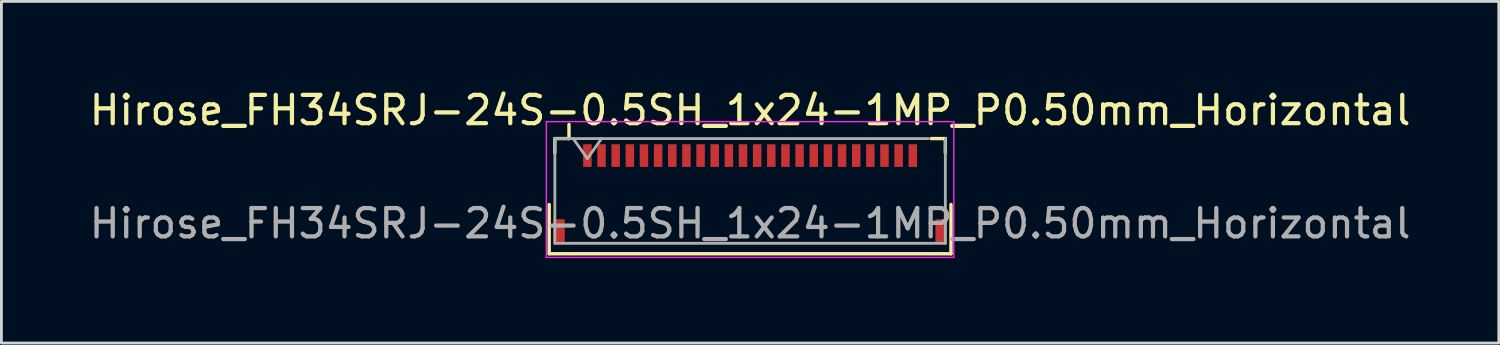
<source format=kicad_pcb>
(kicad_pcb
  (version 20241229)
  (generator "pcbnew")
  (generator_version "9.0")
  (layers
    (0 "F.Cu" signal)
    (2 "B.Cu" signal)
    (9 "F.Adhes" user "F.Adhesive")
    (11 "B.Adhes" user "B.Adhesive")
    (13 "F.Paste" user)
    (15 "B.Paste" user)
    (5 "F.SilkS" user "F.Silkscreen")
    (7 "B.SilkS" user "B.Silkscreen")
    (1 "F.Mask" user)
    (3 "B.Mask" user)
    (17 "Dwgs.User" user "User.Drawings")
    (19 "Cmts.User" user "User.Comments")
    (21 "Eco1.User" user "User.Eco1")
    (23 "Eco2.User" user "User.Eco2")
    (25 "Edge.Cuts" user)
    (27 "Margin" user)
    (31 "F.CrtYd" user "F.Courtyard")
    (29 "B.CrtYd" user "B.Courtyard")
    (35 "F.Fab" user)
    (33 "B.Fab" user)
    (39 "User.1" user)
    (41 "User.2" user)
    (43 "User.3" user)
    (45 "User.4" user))
  (footprint "Hirose_FH34SRJ-24S-0.5SH_1x24-1MP_P0.50mm_Horizontal"
    (layer "F.Cu")
    (at 23.458 2.848)
    (property "Reference" "Hirose_FH34SRJ-24S-0.5SH_1x24-1MP_P0.50mm_Horizontal" (at 0 -2 0) (layer "F.SilkS") (effects (font (size 1 1) (thickness 0.15))))
    (attr smd)
    (fp_line (start -7.1 3.07) (end -7.1 1.33) (stroke (width 0.12) (type solid)) (layer "F.SilkS"))
    (fp_line (start -6.9 -1) (end -6.9 -0.5) (stroke (width 0.12) (type solid)) (layer "F.SilkS"))
    (fp_line (start -6.4 -1) (end -6.9 -1) (stroke (width 0.12) (type solid)) (layer "F.SilkS"))
    (fp_line (start -6.4 -1) (end -6.4 -1.5) (stroke (width 0.12) (type solid)) (layer "F.SilkS"))
    (fp_line (start 6.4 -1) (end 6.9 -1) (stroke (width 0.12) (type solid)) (layer "F.SilkS"))
    (fp_line (start 6.9 -1) (end 6.9 -0.5) (stroke (width 0.12) (type solid)) (layer "F.SilkS"))
    (fp_line (start 7.1 1.33) (end 7.1 3.07) (stroke (width 0.12) (type solid)) (layer "F.SilkS"))
    (fp_line (start 7.1 3.07) (end -7.1 3.07) (stroke (width 0.12) (type solid)) (layer "F.SilkS"))
    (fp_line (start -7.2 3.2) (end -7.2 -1.6) (stroke (width 0.05) (type solid)) (layer "F.CrtYd"))
    (fp_line (start 7.2 -1.6) (end -7.2 -1.6) (stroke (width 0.05) (type solid)) (layer "F.CrtYd"))
    (fp_line (start 7.2 -1.6) (end 7.2 3.2) (stroke (width 0.05) (type solid)) (layer "F.CrtYd"))
    (fp_line (start 7.2 3.2) (end -7.2 3.2) (stroke (width 0.05) (type solid)) (layer "F.CrtYd"))
    (fp_line (start -6.9 -1) (end -6.9 2.7) (stroke (width 0.1) (type solid)) (layer "F.Fab"))
    (fp_line (start -6.25 -1) (end -5.75 -0.293) (stroke (width 0.1) (type solid)) (layer "F.Fab"))
    (fp_line (start -5.75 -0.293) (end -5.25 -1) (stroke (width 0.1) (type solid)) (layer "F.Fab"))
    (fp_line (start 0 -1) (end -6.9 -1) (stroke (width 0.1) (type solid)) (layer "F.Fab"))
    (fp_line (start 0 -1) (end 6.3 -1) (stroke (width 0.1) (type solid)) (layer "F.Fab"))
    (fp_line (start 6.9 -1) (end 6.9 2.7) (stroke (width 0.1) (type solid)) (layer "F.Fab"))
    (fp_line (start 6.9 2.7) (end -6.9 2.7) (stroke (width 0.1) (type default)) (layer "F.Fab"))
    (fp_text user "${REFERENCE}" (at 0 2 0) (layer "F.Fab") (effects (font (size 1 1) (thickness 0.15))))
    (pad "1" smd rect (at -5.75 -0.4) (size 0.3 0.8) (layers "F.Cu" "F.Mask" "F.Paste"))
    (pad "2" smd rect (at -5.25 -0.4) (size 0.3 0.8) (layers "F.Cu" "F.Mask" "F.Paste"))
    (pad "3" smd rect (at -4.75 -0.4) (size 0.3 0.8) (layers "F.Cu" "F.Mask" "F.Paste"))
    (pad "4" smd rect (at -4.25 -0.4) (size 0.3 0.8) (layers "F.Cu" "F.Mask" "F.Paste"))
    (pad "5" smd rect (at -3.75 -0.4) (size 0.3 0.8) (layers "F.Cu" "F.Mask" "F.Paste"))
    (pad "6" smd rect (at -3.25 -0.4) (size 0.3 0.8) (layers "F.Cu" "F.Mask" "F.Paste"))
    (pad "7" smd rect (at -2.75 -0.4) (size 0.3 0.8) (layers "F.Cu" "F.Mask" "F.Paste"))
    (pad "8" smd rect (at -2.25 -0.4) (size 0.3 0.8) (layers "F.Cu" "F.Mask" "F.Paste"))
    (pad "9" smd rect (at -1.75 -0.4) (size 0.3 0.8) (layers "F.Cu" "F.Mask" "F.Paste"))
    (pad "10" smd rect (at -1.25 -0.4) (size 0.3 0.8) (layers "F.Cu" "F.Mask" "F.Paste"))
    (pad "11" smd rect (at -0.75 -0.4) (size 0.3 0.8) (layers "F.Cu" "F.Mask" "F.Paste"))
    (pad "12" smd rect (at -0.25 -0.4) (size 0.3 0.8) (layers "F.Cu" "F.Mask" "F.Paste"))
    (pad "13" smd rect (at 0.25 -0.4) (size 0.3 0.8) (layers "F.Cu" "F.Mask" "F.Paste"))
    (pad "14" smd rect (at 0.75 -0.4) (size 0.3 0.8) (layers "F.Cu" "F.Mask" "F.Paste"))
    (pad "15" smd rect (at 1.25 -0.4) (size 0.3 0.8) (layers "F.Cu" "F.Mask" "F.Paste"))
    (pad "16" smd rect (at 1.75 -0.4) (size 0.3 0.8) (layers "F.Cu" "F.Mask" "F.Paste"))
    (pad "17" smd rect (at 2.25 -0.4) (size 0.3 0.8) (layers "F.Cu" "F.Mask" "F.Paste"))
    (pad "18" smd rect (at 2.75 -0.4) (size 0.3 0.8) (layers "F.Cu" "F.Mask" "F.Paste"))
    (pad "19" smd rect (at 3.25 -0.4) (size 0.3 0.8) (layers "F.Cu" "F.Mask" "F.Paste"))
    (pad "20" smd rect (at 3.75 -0.4) (size 0.3 0.8) (layers "F.Cu" "F.Mask" "F.Paste"))
    (pad "21" smd rect (at 4.25 -0.4) (size 0.3 0.8) (layers "F.Cu" "F.Mask" "F.Paste"))
    (pad "22" smd rect (at 4.75 -0.4) (size 0.3 0.8) (layers "F.Cu" "F.Mask" "F.Paste"))
    (pad "23" smd rect (at 5.25 -0.4) (size 0.3 0.8) (layers "F.Cu" "F.Mask" "F.Paste"))
    (pad "24" smd rect (at 5.75 -0.4) (size 0.3 0.8) (layers "F.Cu" "F.Mask" "F.Paste"))
    (pad "MP" smd rect (at -6.75 2.25) (size 0.4 0.8) (layers "F.Cu" "F.Mask" "F.Paste"))
    (pad "MP" smd rect (at 6.75 2.25) (size 0.4 0.8) (layers "F.Cu" "F.Mask" "F.Paste")))
  (gr_rect
    (start -3 -3)
    (end 49.917 9.073)
    (stroke (width 0.1) (type default))
    (fill no)
    (layer "Edge.Cuts")))
</source>
